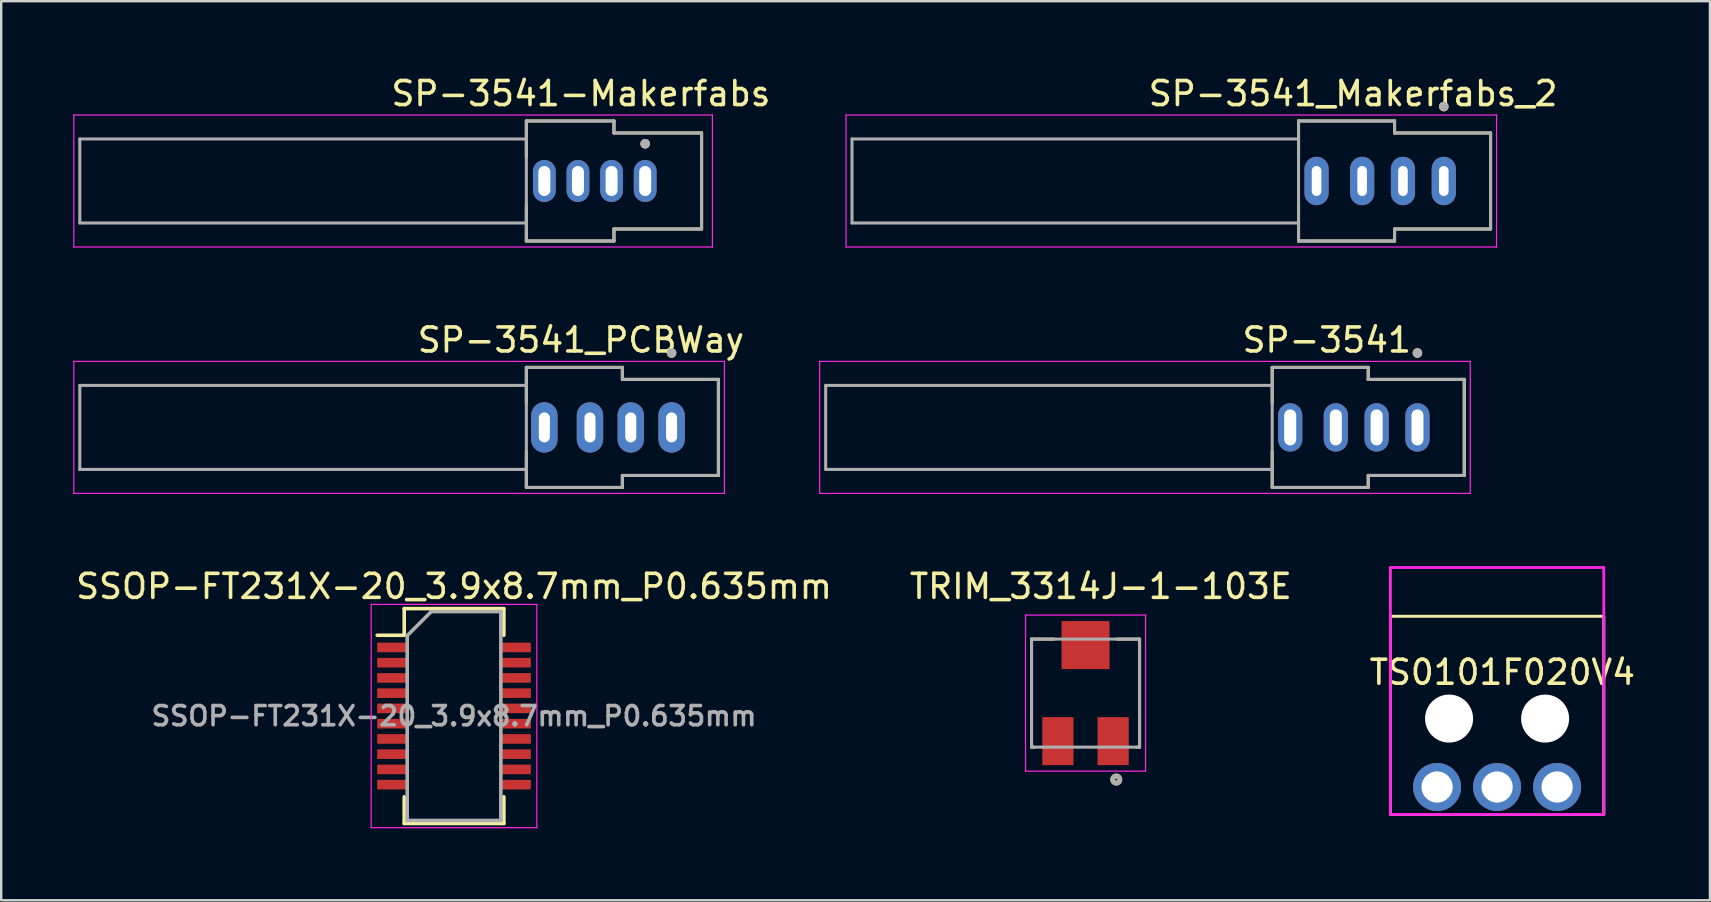
<source format=kicad_pcb>
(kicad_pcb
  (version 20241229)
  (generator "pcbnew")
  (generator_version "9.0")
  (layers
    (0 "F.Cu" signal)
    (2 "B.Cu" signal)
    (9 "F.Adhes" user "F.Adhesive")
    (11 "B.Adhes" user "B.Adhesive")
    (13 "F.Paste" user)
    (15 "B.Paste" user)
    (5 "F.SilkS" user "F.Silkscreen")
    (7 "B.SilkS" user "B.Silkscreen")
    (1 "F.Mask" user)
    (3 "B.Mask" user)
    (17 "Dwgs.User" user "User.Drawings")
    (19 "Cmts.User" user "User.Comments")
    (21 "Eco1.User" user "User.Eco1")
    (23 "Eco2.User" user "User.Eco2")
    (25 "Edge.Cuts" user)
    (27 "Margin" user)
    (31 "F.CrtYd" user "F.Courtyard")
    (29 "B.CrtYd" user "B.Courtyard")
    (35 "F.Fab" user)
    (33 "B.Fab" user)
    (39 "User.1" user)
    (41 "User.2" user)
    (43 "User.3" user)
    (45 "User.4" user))
  (footprint "SSOP-FT231X-20_3.9x8.7mm_P0.635mm"
    (layer "F.Cu")
    (at 15.863 26.777)
    (property "Reference" "SSOP-FT231X-20_3.9x8.7mm_P0.635mm" (at 0 -5.4 0) (layer "F.SilkS") (effects (font (size 1 1) (thickness 0.15))))
    (attr smd)
    (fp_line (start -2.075 -4.475) (end 2.075 -4.475) (stroke (width 0.15) (type solid)) (layer "F.SilkS"))
    (fp_line (start -2.075 -3.365) (end -3.2 -3.365) (stroke (width 0.15) (type solid)) (layer "F.SilkS"))
    (fp_line (start -2.075 -3.365) (end -2.075 -4.475) (stroke (width 0.15) (type solid)) (layer "F.SilkS"))
    (fp_line (start -2.075 4.475) (end -2.075 3.365) (stroke (width 0.15) (type solid)) (layer "F.SilkS"))
    (fp_line (start -2.075 4.475) (end 2.075 4.475) (stroke (width 0.15) (type solid)) (layer "F.SilkS"))
    (fp_line (start 2.075 -4.475) (end 2.075 -3.365) (stroke (width 0.15) (type solid)) (layer "F.SilkS"))
    (fp_line (start 2.075 4.475) (end 2.075 3.365) (stroke (width 0.15) (type solid)) (layer "F.SilkS"))
    (fp_line (start -3.45 -4.65) (end -3.45 4.65) (stroke (width 0.05) (type solid)) (layer "F.CrtYd"))
    (fp_line (start -3.45 -4.65) (end 3.45 -4.65) (stroke (width 0.05) (type solid)) (layer "F.CrtYd"))
    (fp_line (start -3.45 4.65) (end 3.45 4.65) (stroke (width 0.05) (type solid)) (layer "F.CrtYd"))
    (fp_line (start 3.45 -4.65) (end 3.45 4.65) (stroke (width 0.05) (type solid)) (layer "F.CrtYd"))
    (fp_line (start -1.95 -3.35) (end -0.95 -4.35) (stroke (width 0.15) (type solid)) (layer "F.Fab"))
    (fp_line (start -1.95 4.35) (end -1.95 -3.35) (stroke (width 0.15) (type solid)) (layer "F.Fab"))
    (fp_line (start -0.95 -4.35) (end 1.95 -4.35) (stroke (width 0.15) (type solid)) (layer "F.Fab"))
    (fp_line (start 1.95 -4.35) (end 1.95 4.35) (stroke (width 0.15) (type solid)) (layer "F.Fab"))
    (fp_line (start 1.95 4.35) (end -1.95 4.35) (stroke (width 0.15) (type solid)) (layer "F.Fab"))
    (fp_text user "${REFERENCE}" (at 0 0 0) (layer "F.Fab") (effects (font (size 0.8 0.8) (thickness 0.15))))
    (pad "1" smd rect (at -2.6 -2.857) (size 1.2 0.4) (layers "F.Cu" "F.Mask" "F.Paste"))
    (pad "2" smd rect (at -2.6 -2.223) (size 1.2 0.4) (layers "F.Cu" "F.Mask" "F.Paste"))
    (pad "3" smd rect (at -2.6 -1.587) (size 1.2 0.4) (layers "F.Cu" "F.Mask" "F.Paste"))
    (pad "4" smd rect (at -2.6 -0.953) (size 1.2 0.4) (layers "F.Cu" "F.Mask" "F.Paste"))
    (pad "5" smd rect (at -2.6 -0.318) (size 1.2 0.4) (layers "F.Cu" "F.Mask" "F.Paste"))
    (pad "6" smd rect (at -2.6 0.318) (size 1.2 0.4) (layers "F.Cu" "F.Mask" "F.Paste"))
    (pad "7" smd rect (at -2.6 0.953) (size 1.2 0.4) (layers "F.Cu" "F.Mask" "F.Paste"))
    (pad "8" smd rect (at -2.6 1.587) (size 1.2 0.4) (layers "F.Cu" "F.Mask" "F.Paste"))
    (pad "9" smd rect (at -2.6 2.223) (size 1.2 0.4) (layers "F.Cu" "F.Mask" "F.Paste"))
    (pad "10" smd rect (at -2.6 2.857) (size 1.2 0.4) (layers "F.Cu" "F.Mask" "F.Paste"))
    (pad "11" smd rect (at 2.6 2.857) (size 1.2 0.4) (layers "F.Cu" "F.Mask" "F.Paste"))
    (pad "12" smd rect (at 2.6 2.223) (size 1.2 0.4) (layers "F.Cu" "F.Mask" "F.Paste"))
    (pad "13" smd rect (at 2.6 1.587) (size 1.2 0.4) (layers "F.Cu" "F.Mask" "F.Paste"))
    (pad "14" smd rect (at 2.6 0.953) (size 1.2 0.4) (layers "F.Cu" "F.Mask" "F.Paste"))
    (pad "15" smd rect (at 2.6 0.318) (size 1.2 0.4) (layers "F.Cu" "F.Mask" "F.Paste"))
    (pad "16" smd rect (at 2.6 -0.318) (size 1.2 0.4) (layers "F.Cu" "F.Mask" "F.Paste"))
    (pad "17" smd rect (at 2.6 -0.953) (size 1.2 0.4) (layers "F.Cu" "F.Mask" "F.Paste"))
    (pad "18" smd rect (at 2.6 -1.587) (size 1.2 0.4) (layers "F.Cu" "F.Mask" "F.Paste"))
    (pad "19" smd rect (at 2.6 -2.223) (size 1.2 0.4) (layers "F.Cu" "F.Mask" "F.Paste"))
    (pad "20" smd rect (at 2.6 -2.857) (size 1.2 0.4) (layers "F.Cu" "F.Mask" "F.Paste")))
  (footprint "TS0101F020V4"
    (layer "F.Cu")
    (at 59.312 29.733)
    (property "Reference" "TS0101F020V4" (at 0.218 -4.779 0) (layer "F.SilkS") (effects (font (size 1 1) (thickness 0.15))))
    (attr through_hole)
    (fp_rect (start -4.445 -7.112) (end 4.445 1.143) (stroke (width 0.12) (type solid)) (fill no) (layer "F.SilkS"))
    (fp_rect (start -4.445 -9.144) (end 4.445 1.143) (stroke (width 0.12) (type solid)) (fill no) (layer "F.CrtYd"))
    (pad "" np_thru_hole circle (at -2 -2.85) (size 2 2) (drill 2) (layers "*.Cu" "*.Mask"))
    (pad "" np_thru_hole circle (at 2 -2.85) (size 2 2) (drill 2) (layers "*.Cu" "*.Mask"))
    (pad "C" thru_hole circle (at -2.5 0) (size 2 2) (drill 1.3) (layers "*.Cu" "*.Mask"))
    (pad "NC" thru_hole circle (at 2.5 0) (size 2 2) (drill 1.3) (layers "*.Cu" "*.Mask"))
    (pad "NO" thru_hole circle (at 0 0) (size 2 2) (drill 1.3) (layers "*.Cu" "*.Mask")))
  (footprint "SP-3541-Makerfabs"
    (layer "F.Cu")
    (at 22.375 4.489)
    (property "Reference" "SP-3541-Makerfabs" (at -1.227 -3.64 0) (layer "F.SilkS") (effects (font (size 1.001 1.001) (thickness 0.15))))
    (attr through_hole)
    (fp_line (start -3.5 -2.5) (end 0.15 -2.5) (stroke (width 0.127) (type solid)) (layer "F.SilkS"))
    (fp_line (start -3.5 -1) (end -3.5 -2.5) (stroke (width 0.127) (type solid)) (layer "F.SilkS"))
    (fp_line (start -3.5 2.5) (end -3.5 1) (stroke (width 0.127) (type solid)) (layer "F.SilkS"))
    (fp_line (start 0.15 -2.5) (end 0.15 -2) (stroke (width 0.127) (type solid)) (layer "F.SilkS"))
    (fp_line (start 0.15 -2) (end 3.8 -2) (stroke (width 0.127) (type solid)) (layer "F.SilkS"))
    (fp_line (start 0.15 2) (end 0.15 2.5) (stroke (width 0.127) (type solid)) (layer "F.SilkS"))
    (fp_line (start 0.15 2.5) (end -3.5 2.5) (stroke (width 0.127) (type solid)) (layer "F.SilkS"))
    (fp_line (start 3.8 -2) (end 3.8 2) (stroke (width 0.127) (type solid)) (layer "F.SilkS"))
    (fp_line (start 3.8 2) (end 0.15 2) (stroke (width 0.127) (type solid)) (layer "F.SilkS"))
    (fp_circle (center 1.45 -1.55) (end 1.55 -1.55) (stroke (width 0.2) (type solid)) (fill no) (layer "F.SilkS"))
    (fp_line (start -22.35 -2.75) (end 4.25 -2.75) (stroke (width 0.05) (type solid)) (layer "F.CrtYd"))
    (fp_line (start -22.35 2.75) (end -22.35 -2.75) (stroke (width 0.05) (type solid)) (layer "F.CrtYd"))
    (fp_line (start 4.25 -2.75) (end 4.25 2.75) (stroke (width 0.05) (type solid)) (layer "F.CrtYd"))
    (fp_line (start 4.25 2.75) (end -22.35 2.75) (stroke (width 0.05) (type solid)) (layer "F.CrtYd"))
    (fp_line (start -22.1 -1.75) (end -22.1 1.75) (stroke (width 0.127) (type solid)) (layer "F.Fab"))
    (fp_line (start -22.1 1.75) (end -3.5 1.75) (stroke (width 0.127) (type solid)) (layer "F.Fab"))
    (fp_line (start -3.5 -2.5) (end 0.15 -2.5) (stroke (width 0.127) (type solid)) (layer "F.Fab"))
    (fp_line (start -3.5 -1.75) (end -22.1 -1.75) (stroke (width 0.127) (type solid)) (layer "F.Fab"))
    (fp_line (start -3.5 -1.75) (end -3.5 -2.5) (stroke (width 0.127) (type solid)) (layer "F.Fab"))
    (fp_line (start -3.5 1.75) (end -3.5 -1.75) (stroke (width 0.127) (type solid)) (layer "F.Fab"))
    (fp_line (start -3.5 2.5) (end -3.5 1.75) (stroke (width 0.127) (type solid)) (layer "F.Fab"))
    (fp_line (start -3.5 2.5) (end 0.15 2.5) (stroke (width 0.127) (type solid)) (layer "F.Fab"))
    (fp_line (start 0.15 -2.5) (end 0.15 -2) (stroke (width 0.127) (type solid)) (layer "F.Fab"))
    (fp_line (start 0.15 -2) (end 3.8 -2) (stroke (width 0.127) (type solid)) (layer "F.Fab"))
    (fp_line (start 0.15 2) (end 0.15 2.5) (stroke (width 0.127) (type solid)) (layer "F.Fab"))
    (fp_line (start 0.15 2) (end 3.8 2) (stroke (width 0.127) (type solid)) (layer "F.Fab"))
    (fp_line (start 3.8 -2) (end 3.8 2) (stroke (width 0.127) (type solid)) (layer "F.Fab"))
    (fp_circle (center 1.45 -1.55) (end 1.55 -1.55) (stroke (width 0.2) (type solid)) (fill no) (layer "F.Fab"))
    (pad "1" thru_hole oval (at 1.45 0) (size 0.95 1.75) (drill oval 0.5 1.25) (layers "*.Cu" "*.Mask"))
    (pad "2" thru_hole oval (at 0.05 0) (size 0.95 1.75) (drill oval 0.5 1.25) (layers "*.Cu" "*.Mask"))
    (pad "3" thru_hole oval (at -1.35 0) (size 0.95 1.75) (drill oval 0.5 1.25) (layers "*.Cu" "*.Mask"))
    (pad "4" thru_hole oval (at -2.75 0) (size 0.95 1.75) (drill oval 0.5 1.25) (layers "*.Cu" "*.Mask")))
  (footprint "SP-3541"
    (layer "F.Cu")
    (at 53.444 14.754)
    (property "Reference" "SP-3541" (at -1.227 -3.64 0) (layer "F.SilkS") (effects (font (size 1.001 1.001) (thickness 0.15))))
    (attr through_hole)
    (fp_line (start -3.5 -2.5) (end 0.5 -2.5) (stroke (width 0.127) (type solid)) (layer "F.SilkS"))
    (fp_line (start -3.5 -1) (end -3.5 -2.5) (stroke (width 0.127) (type solid)) (layer "F.SilkS"))
    (fp_line (start -3.5 2.5) (end -3.5 1) (stroke (width 0.127) (type solid)) (layer "F.SilkS"))
    (fp_line (start 0.5 -2.5) (end 0.5 -2) (stroke (width 0.127) (type solid)) (layer "F.SilkS"))
    (fp_line (start 0.5 -2) (end 4.5 -2) (stroke (width 0.127) (type solid)) (layer "F.SilkS"))
    (fp_line (start 0.5 2) (end 0.5 2.5) (stroke (width 0.127) (type solid)) (layer "F.SilkS"))
    (fp_line (start 0.5 2.5) (end -3.5 2.5) (stroke (width 0.127) (type solid)) (layer "F.SilkS"))
    (fp_line (start 4.5 -2) (end 4.5 2) (stroke (width 0.127) (type solid)) (layer "F.SilkS"))
    (fp_line (start 4.5 2) (end 0.5 2) (stroke (width 0.127) (type solid)) (layer "F.SilkS"))
    (fp_circle (center 2.55 -3.1) (end 2.65 -3.1) (stroke (width 0.2) (type solid)) (fill no) (layer "F.SilkS"))
    (fp_line (start -22.35 -2.75) (end 4.75 -2.75) (stroke (width 0.05) (type solid)) (layer "F.CrtYd"))
    (fp_line (start -22.35 2.75) (end -22.35 -2.75) (stroke (width 0.05) (type solid)) (layer "F.CrtYd"))
    (fp_line (start 4.75 -2.75) (end 4.75 2.75) (stroke (width 0.05) (type solid)) (layer "F.CrtYd"))
    (fp_line (start 4.75 2.75) (end -22.35 2.75) (stroke (width 0.05) (type solid)) (layer "F.CrtYd"))
    (fp_line (start -22.1 -1.75) (end -22.1 1.75) (stroke (width 0.127) (type solid)) (layer "F.Fab"))
    (fp_line (start -22.1 1.75) (end -3.5 1.75) (stroke (width 0.127) (type solid)) (layer "F.Fab"))
    (fp_line (start -3.5 -2.5) (end 0.5 -2.5) (stroke (width 0.127) (type solid)) (layer "F.Fab"))
    (fp_line (start -3.5 -1.75) (end -22.1 -1.75) (stroke (width 0.127) (type solid)) (layer "F.Fab"))
    (fp_line (start -3.5 -1.75) (end -3.5 -2.5) (stroke (width 0.127) (type solid)) (layer "F.Fab"))
    (fp_line (start -3.5 1.75) (end -3.5 -1.75) (stroke (width 0.127) (type solid)) (layer "F.Fab"))
    (fp_line (start -3.5 2.5) (end -3.5 1.75) (stroke (width 0.127) (type solid)) (layer "F.Fab"))
    (fp_line (start -3.5 2.5) (end 0.5 2.5) (stroke (width 0.127) (type solid)) (layer "F.Fab"))
    (fp_line (start 0.5 -2.5) (end 0.5 -2) (stroke (width 0.127) (type solid)) (layer "F.Fab"))
    (fp_line (start 0.5 -2) (end 4.5 -2) (stroke (width 0.127) (type solid)) (layer "F.Fab"))
    (fp_line (start 0.5 2) (end 0.5 2.5) (stroke (width 0.127) (type solid)) (layer "F.Fab"))
    (fp_line (start 0.5 2) (end 4.5 2) (stroke (width 0.127) (type solid)) (layer "F.Fab"))
    (fp_line (start 4.5 -2) (end 4.5 2) (stroke (width 0.127) (type solid)) (layer "F.Fab"))
    (fp_circle (center 2.55 -3.1) (end 2.65 -3.1) (stroke (width 0.2) (type solid)) (fill no) (layer "F.Fab"))
    (pad "1" thru_hole oval (at 2.55 0) (size 1.008 2.016) (drill oval 0.5 1.5) (layers "*.Cu" "*.Mask"))
    (pad "2" thru_hole oval (at 0.85 0) (size 1.008 2.016) (drill oval 0.5 1.5) (layers "*.Cu" "*.Mask"))
    (pad "3" thru_hole oval (at -0.85 0) (size 1.008 2.016) (drill oval 0.5 1.5) (layers "*.Cu" "*.Mask"))
    (pad "4" thru_hole oval (at -2.75 0) (size 1.008 2.016) (drill oval 0.5 1.5) (layers "*.Cu" "*.Mask")))
  (footprint "SP-3541_PCBWay"
    (layer "F.Cu")
    (at 22.375 14.754)
    (property "Reference" "SP-3541_PCBWay" (at -1.227 -3.64 0) (layer "F.SilkS") (effects (font (size 1.001 1.001) (thickness 0.15))))
    (attr through_hole)
    (fp_line (start -3.5 -2.5) (end 0.5 -2.5) (stroke (width 0.127) (type solid)) (layer "F.SilkS"))
    (fp_line (start -3.5 -1) (end -3.5 -2.5) (stroke (width 0.127) (type solid)) (layer "F.SilkS"))
    (fp_line (start -3.5 2.5) (end -3.5 1) (stroke (width 0.127) (type solid)) (layer "F.SilkS"))
    (fp_line (start 0.5 -2.5) (end 0.5 -2) (stroke (width 0.127) (type solid)) (layer "F.SilkS"))
    (fp_line (start 0.5 -2) (end 4.5 -2) (stroke (width 0.127) (type solid)) (layer "F.SilkS"))
    (fp_line (start 0.5 2) (end 0.5 2.5) (stroke (width 0.127) (type solid)) (layer "F.SilkS"))
    (fp_line (start 0.5 2.5) (end -3.5 2.5) (stroke (width 0.127) (type solid)) (layer "F.SilkS"))
    (fp_line (start 4.5 -2) (end 4.5 2) (stroke (width 0.127) (type solid)) (layer "F.SilkS"))
    (fp_line (start 4.5 2) (end 0.5 2) (stroke (width 0.127) (type solid)) (layer "F.SilkS"))
    (fp_circle (center 2.55 -3.1) (end 2.65 -3.1) (stroke (width 0.2) (type solid)) (fill no) (layer "F.SilkS"))
    (fp_line (start -22.35 -2.75) (end 4.75 -2.75) (stroke (width 0.05) (type solid)) (layer "F.CrtYd"))
    (fp_line (start -22.35 2.75) (end -22.35 -2.75) (stroke (width 0.05) (type solid)) (layer "F.CrtYd"))
    (fp_line (start 4.75 -2.75) (end 4.75 2.75) (stroke (width 0.05) (type solid)) (layer "F.CrtYd"))
    (fp_line (start 4.75 2.75) (end -22.35 2.75) (stroke (width 0.05) (type solid)) (layer "F.CrtYd"))
    (fp_line (start -22.1 -1.75) (end -22.1 1.75) (stroke (width 0.127) (type solid)) (layer "F.Fab"))
    (fp_line (start -22.1 1.75) (end -3.5 1.75) (stroke (width 0.127) (type solid)) (layer "F.Fab"))
    (fp_line (start -3.5 -2.5) (end 0.5 -2.5) (stroke (width 0.127) (type solid)) (layer "F.Fab"))
    (fp_line (start -3.5 -1.75) (end -22.1 -1.75) (stroke (width 0.127) (type solid)) (layer "F.Fab"))
    (fp_line (start -3.5 -1.75) (end -3.5 -2.5) (stroke (width 0.127) (type solid)) (layer "F.Fab"))
    (fp_line (start -3.5 1.75) (end -3.5 -1.75) (stroke (width 0.127) (type solid)) (layer "F.Fab"))
    (fp_line (start -3.5 2.5) (end -3.5 1.75) (stroke (width 0.127) (type solid)) (layer "F.Fab"))
    (fp_line (start -3.5 2.5) (end 0.5 2.5) (stroke (width 0.127) (type solid)) (layer "F.Fab"))
    (fp_line (start 0.5 -2.5) (end 0.5 -2) (stroke (width 0.127) (type solid)) (layer "F.Fab"))
    (fp_line (start 0.5 -2) (end 4.5 -2) (stroke (width 0.127) (type solid)) (layer "F.Fab"))
    (fp_line (start 0.5 2) (end 0.5 2.5) (stroke (width 0.127) (type solid)) (layer "F.Fab"))
    (fp_line (start 0.5 2) (end 4.5 2) (stroke (width 0.127) (type solid)) (layer "F.Fab"))
    (fp_line (start 4.5 -2) (end 4.5 2) (stroke (width 0.127) (type solid)) (layer "F.Fab"))
    (fp_circle (center 2.55 -3.1) (end 2.65 -3.1) (stroke (width 0.2) (type solid)) (fill no) (layer "F.Fab"))
    (pad "1" thru_hole oval (at 2.55 0) (size 1.1 2.1) (drill oval 0.46 1.25) (layers "*.Cu" "*.Mask"))
    (pad "2" thru_hole oval (at 0.85 0) (size 1.1 2.1) (drill oval 0.46 1.25) (layers "*.Cu" "*.Mask"))
    (pad "3" thru_hole oval (at -0.85 0) (size 1.1 2.1) (drill oval 0.46 1.25) (layers "*.Cu" "*.Mask"))
    (pad "4" thru_hole oval (at -2.75 0) (size 1.1 2.1) (drill oval 0.46 1.25) (layers "*.Cu" "*.Mask")))
  (footprint "TRIM_3314J-1-103E"
    (layer "F.Cu")
    (at 42.169 25.822)
    (property "Reference" "TRIM_3314J-1-103E" (at 0.635 -4.445 0) (layer "F.SilkS") (effects (font (size 1 1) (thickness 0.15))))
    (attr through_hole)
    (fp_line (start -2.25 -2.25) (end -2.25 2.25) (stroke (width 0.127) (type solid)) (layer "F.SilkS"))
    (fp_line (start -2.25 2.25) (end -2.15 2.25) (stroke (width 0.127) (type solid)) (layer "F.SilkS"))
    (fp_line (start -1.315 -2.25) (end -2.25 -2.25) (stroke (width 0.127) (type solid)) (layer "F.SilkS"))
    (fp_line (start 2.15 2.25) (end 2.25 2.25) (stroke (width 0.127) (type solid)) (layer "F.SilkS"))
    (fp_line (start 2.25 -2.25) (end 1.315 -2.25) (stroke (width 0.127) (type solid)) (layer "F.SilkS"))
    (fp_line (start 2.25 2.25) (end 2.25 -2.25) (stroke (width 0.127) (type solid)) (layer "F.SilkS"))
    (fp_circle (center 1.28 3.6) (end 1.33 3.6) (stroke (width 0.2) (type solid)) (fill no) (layer "F.SilkS"))
    (fp_line (start -2.5 -3.25) (end 2.5 -3.25) (stroke (width 0.05) (type solid)) (layer "F.CrtYd"))
    (fp_line (start -2.5 3.25) (end -2.5 -3.25) (stroke (width 0.05) (type solid)) (layer "F.CrtYd"))
    (fp_line (start 2.5 -3.25) (end 2.5 3.25) (stroke (width 0.05) (type solid)) (layer "F.CrtYd"))
    (fp_line (start 2.5 3.25) (end -2.5 3.25) (stroke (width 0.05) (type solid)) (layer "F.CrtYd"))
    (fp_line (start -2.25 -2.25) (end 2.25 -2.25) (stroke (width 0.127) (type solid)) (layer "F.Fab"))
    (fp_line (start -2.25 2.25) (end -2.25 -2.25) (stroke (width 0.127) (type solid)) (layer "F.Fab"))
    (fp_line (start 2.25 -2.25) (end 2.25 2.25) (stroke (width 0.127) (type solid)) (layer "F.Fab"))
    (fp_line (start 2.25 2.25) (end -2.25 2.25) (stroke (width 0.127) (type solid)) (layer "F.Fab"))
    (fp_circle (center 1.28 3.6) (end 1.33 3.6) (stroke (width 0.2) (type solid)) (fill no) (layer "F.Fab"))
    (pad "1" smd rect (at 1.15 2 90) (size 2 1.3) (layers "F.Cu" "F.Mask" "F.Paste"))
    (pad "2" smd rect (at 0 -2 180) (size 2 2) (layers "F.Cu" "F.Mask" "F.Paste"))
    (pad "3" smd rect (at -1.15 2 270) (size 2 1.3) (layers "F.Cu" "F.Mask" "F.Paste")))
  (footprint "SP-3541_Makerfabs_2"
    (layer "F.Cu")
    (at 54.541 4.489)
    (property "Reference" "SP-3541_Makerfabs_2" (at -1.227 -3.64 0) (layer "F.SilkS") (effects (font (size 1.001 1.001) (thickness 0.15))))
    (attr through_hole)
    (fp_line (start -3.5 -2.5) (end 0.5 -2.5) (stroke (width 0.127) (type solid)) (layer "F.SilkS"))
    (fp_line (start -3.5 -1) (end -3.5 -2.5) (stroke (width 0.127) (type solid)) (layer "F.SilkS"))
    (fp_line (start -3.5 2.5) (end -3.5 1) (stroke (width 0.127) (type solid)) (layer "F.SilkS"))
    (fp_line (start 0.5 -2.5) (end 0.5 -2) (stroke (width 0.127) (type solid)) (layer "F.SilkS"))
    (fp_line (start 0.5 -2) (end 4.5 -2) (stroke (width 0.127) (type solid)) (layer "F.SilkS"))
    (fp_line (start 0.5 2) (end 0.5 2.5) (stroke (width 0.127) (type solid)) (layer "F.SilkS"))
    (fp_line (start 0.5 2.5) (end -3.5 2.5) (stroke (width 0.127) (type solid)) (layer "F.SilkS"))
    (fp_line (start 4.5 -2) (end 4.5 2) (stroke (width 0.127) (type solid)) (layer "F.SilkS"))
    (fp_line (start 4.5 2) (end 0.5 2) (stroke (width 0.127) (type solid)) (layer "F.SilkS"))
    (fp_circle (center 2.55 -3.1) (end 2.65 -3.1) (stroke (width 0.2) (type solid)) (fill no) (layer "F.SilkS"))
    (fp_line (start -22.35 -2.75) (end 4.75 -2.75) (stroke (width 0.05) (type solid)) (layer "F.CrtYd"))
    (fp_line (start -22.35 2.75) (end -22.35 -2.75) (stroke (width 0.05) (type solid)) (layer "F.CrtYd"))
    (fp_line (start 4.75 -2.75) (end 4.75 2.75) (stroke (width 0.05) (type solid)) (layer "F.CrtYd"))
    (fp_line (start 4.75 2.75) (end -22.35 2.75) (stroke (width 0.05) (type solid)) (layer "F.CrtYd"))
    (fp_line (start -22.1 -1.75) (end -22.1 1.75) (stroke (width 0.127) (type solid)) (layer "F.Fab"))
    (fp_line (start -22.1 1.75) (end -3.5 1.75) (stroke (width 0.127) (type solid)) (layer "F.Fab"))
    (fp_line (start -3.5 -2.5) (end 0.5 -2.5) (stroke (width 0.127) (type solid)) (layer "F.Fab"))
    (fp_line (start -3.5 -1.75) (end -22.1 -1.75) (stroke (width 0.127) (type solid)) (layer "F.Fab"))
    (fp_line (start -3.5 -1.75) (end -3.5 -2.5) (stroke (width 0.127) (type solid)) (layer "F.Fab"))
    (fp_line (start -3.5 1.75) (end -3.5 -1.75) (stroke (width 0.127) (type solid)) (layer "F.Fab"))
    (fp_line (start -3.5 2.5) (end -3.5 1.75) (stroke (width 0.127) (type solid)) (layer "F.Fab"))
    (fp_line (start -3.5 2.5) (end 0.5 2.5) (stroke (width 0.127) (type solid)) (layer "F.Fab"))
    (fp_line (start 0.5 -2.5) (end 0.5 -2) (stroke (width 0.127) (type solid)) (layer "F.Fab"))
    (fp_line (start 0.5 -2) (end 4.5 -2) (stroke (width 0.127) (type solid)) (layer "F.Fab"))
    (fp_line (start 0.5 2) (end 0.5 2.5) (stroke (width 0.127) (type solid)) (layer "F.Fab"))
    (fp_line (start 0.5 2) (end 4.5 2) (stroke (width 0.127) (type solid)) (layer "F.Fab"))
    (fp_line (start 4.5 -2) (end 4.5 2) (stroke (width 0.127) (type solid)) (layer "F.Fab"))
    (fp_circle (center 2.55 -3.1) (end 2.65 -3.1) (stroke (width 0.2) (type solid)) (fill no) (layer "F.Fab"))
    (pad "1" thru_hole oval (at 2.55 0) (size 1.008 2.016) (drill oval 0.4 1.25) (layers "*.Cu" "*.Mask"))
    (pad "2" thru_hole oval (at 0.85 0) (size 1.008 2.016) (drill oval 0.4 1.25) (layers "*.Cu" "*.Mask"))
    (pad "3" thru_hole oval (at -0.85 0) (size 1.008 2.016) (drill oval 0.4 1.25) (layers "*.Cu" "*.Mask"))
    (pad "4" thru_hole oval (at -2.75 0) (size 1.008 2.016) (drill oval 0.4 1.25) (layers "*.Cu" "*.Mask")))
  (gr_rect
    (start -3 -3)
    (end 68.179 34.452)
    (stroke (width 0.1) (type default))
    (fill no)
    (layer "Edge.Cuts")))
</source>
